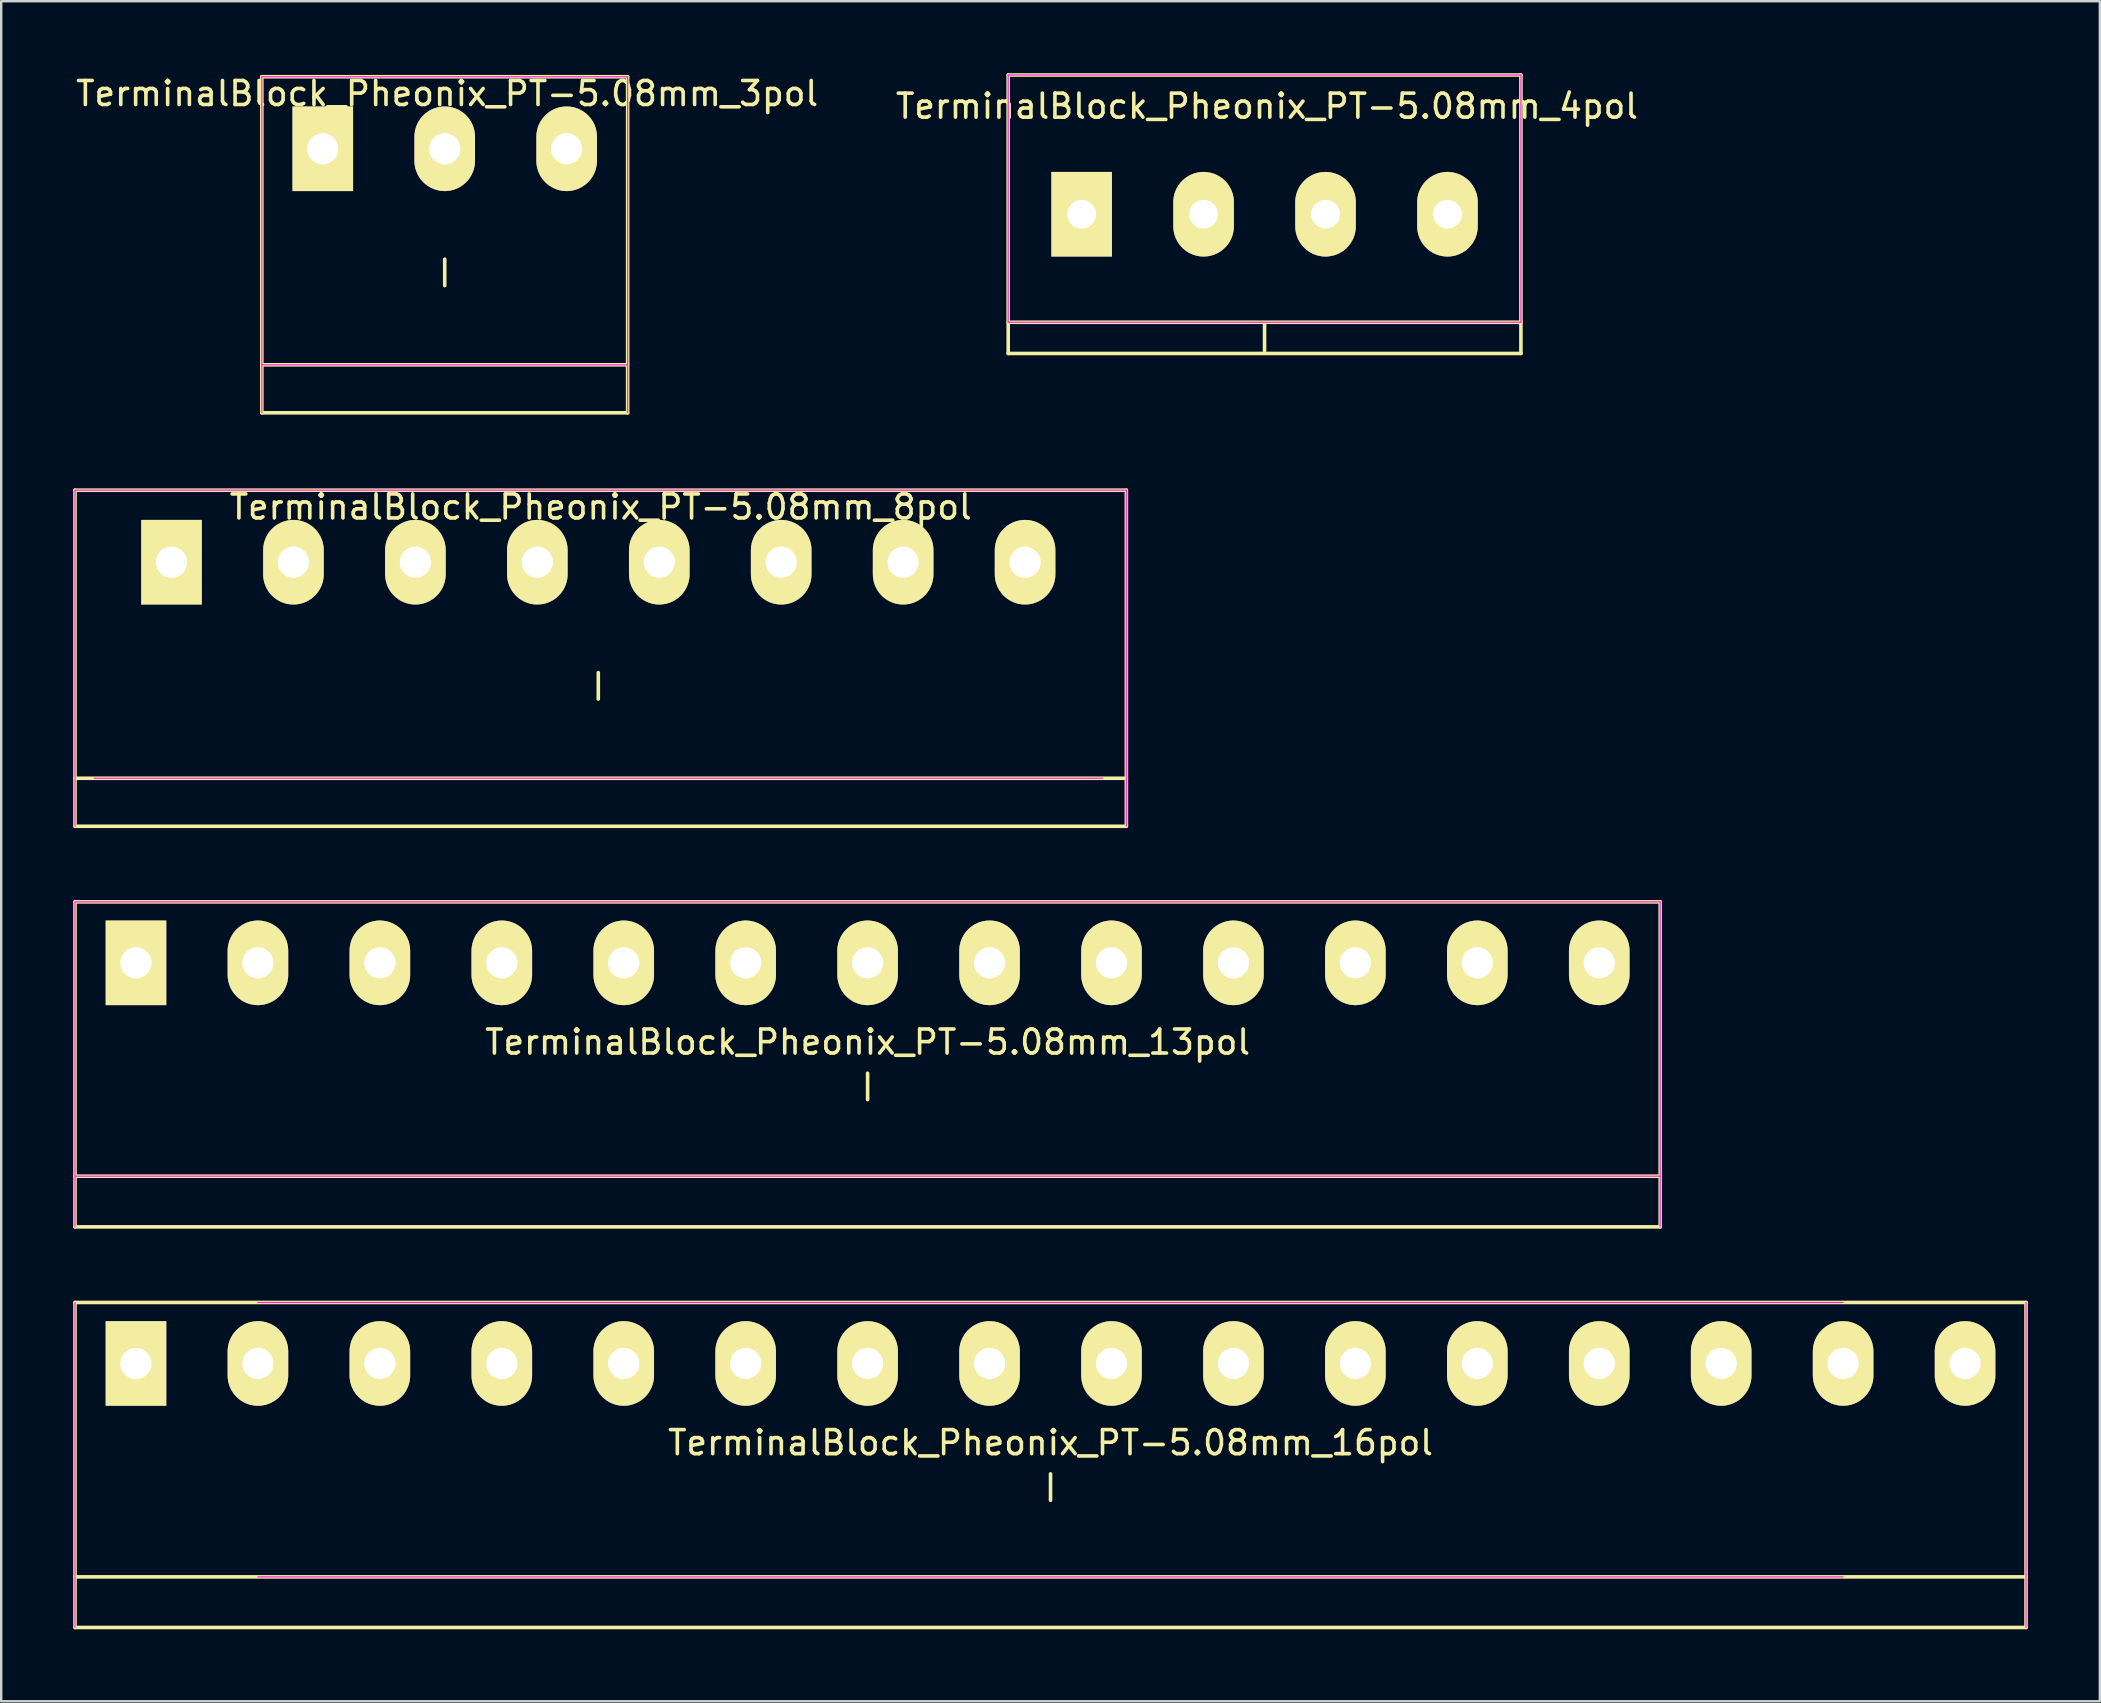
<source format=kicad_pcb>
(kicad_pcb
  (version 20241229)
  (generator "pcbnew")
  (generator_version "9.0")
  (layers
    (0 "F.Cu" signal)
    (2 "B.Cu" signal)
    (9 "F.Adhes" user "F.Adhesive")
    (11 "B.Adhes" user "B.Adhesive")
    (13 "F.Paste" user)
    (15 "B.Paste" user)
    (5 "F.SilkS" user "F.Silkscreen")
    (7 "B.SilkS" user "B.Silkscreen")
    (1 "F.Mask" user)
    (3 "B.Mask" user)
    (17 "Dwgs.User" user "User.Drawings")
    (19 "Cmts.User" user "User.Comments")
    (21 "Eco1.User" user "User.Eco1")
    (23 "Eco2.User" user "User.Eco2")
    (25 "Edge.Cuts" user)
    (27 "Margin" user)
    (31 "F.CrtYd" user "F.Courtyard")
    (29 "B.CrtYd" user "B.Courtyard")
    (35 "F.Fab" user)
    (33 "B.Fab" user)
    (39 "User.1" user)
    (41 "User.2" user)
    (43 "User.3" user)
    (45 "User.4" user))
  (footprint "TerminalBlock_Pheonix_PT-5.08mm_8pol"
    (layer "F.Cu")
    (at 21.875 20.372)
    (property "Reference" "TerminalBlock_Pheonix_PT-5.08mm_8pol" (at 0.1 -2.3 0) (layer "F.SilkS") (effects (font (size 1 1) (thickness 0.15))))
    (attr through_hole)
    (fp_line (start -21.8 -3) (end -21.8 11) (stroke (width 0.15) (type solid)) (layer "F.SilkS"))
    (fp_line (start -21.8 9) (end 22 9) (stroke (width 0.15) (type solid)) (layer "F.SilkS"))
    (fp_line (start -21.8 11) (end 22 11) (stroke (width 0.15) (type solid)) (layer "F.SilkS"))
    (fp_line (start 0 4.6) (end 0 5.7) (stroke (width 0.15) (type solid)) (layer "F.SilkS"))
    (fp_line (start 22 -3) (end -21.8 -3) (stroke (width 0.15) (type solid)) (layer "F.SilkS"))
    (fp_line (start 22 11) (end 22 -3) (stroke (width 0.15) (type solid)) (layer "F.SilkS"))
    (fp_line (start -21.8 -3) (end 22 -3) (stroke (width 0.05) (type solid)) (layer "F.CrtYd"))
    (fp_line (start -21.8 11) (end -21.8 -3) (stroke (width 0.05) (type solid)) (layer "F.CrtYd"))
    (fp_line (start 21 9) (end -21 9) (stroke (width 0.05) (type solid)) (layer "F.CrtYd"))
    (fp_line (start 22 -3) (end 22 11) (stroke (width 0.05) (type solid)) (layer "F.CrtYd"))
    (pad "1" thru_hole rect (at -17.78 0) (size 2.524 3.524) (drill 1.3) (layers "*.Cu" "*.Mask" "F.SilkS"))
    (pad "2" thru_hole oval (at -12.7 0) (size 2.524 3.524) (drill 1.3) (layers "*.Cu" "*.Mask" "F.SilkS"))
    (pad "3" thru_hole oval (at -7.62 0) (size 2.524 3.524) (drill 1.3) (layers "*.Cu" "*.Mask" "F.SilkS"))
    (pad "4" thru_hole oval (at -2.54 0) (size 2.524 3.524) (drill 1.3) (layers "*.Cu" "*.Mask" "F.SilkS"))
    (pad "5" thru_hole oval (at 2.54 0) (size 2.524 3.524) (drill 1.3) (layers "*.Cu" "*.Mask" "F.SilkS"))
    (pad "6" thru_hole oval (at 7.62 0) (size 2.524 3.524) (drill 1.3) (layers "*.Cu" "*.Mask" "F.SilkS"))
    (pad "7" thru_hole oval (at 12.7 0) (size 2.524 3.524) (drill 1.3) (layers "*.Cu" "*.Mask" "F.SilkS"))
    (pad "8" thru_hole oval (at 17.78 0) (size 2.524 3.524) (drill 1.3) (layers "*.Cu" "*.Mask" "F.SilkS")))
  (footprint "TerminalBlock_Pheonix_PT-5.08mm_3pol"
    (layer "F.Cu")
    (at 15.477 3.148)
    (property "Reference" "TerminalBlock_Pheonix_PT-5.08mm_3pol" (at 0.1 -2.3 0) (layer "F.SilkS") (effects (font (size 1 1) (thickness 0.15))))
    (attr through_hole)
    (fp_line (start -7.62 -3) (end -7.62 11) (stroke (width 0.15) (type solid)) (layer "F.SilkS"))
    (fp_line (start -7.62 9) (end 7.62 9) (stroke (width 0.15) (type solid)) (layer "F.SilkS"))
    (fp_line (start -7.62 11) (end 7.62 11) (stroke (width 0.15) (type solid)) (layer "F.SilkS"))
    (fp_line (start 0 4.6) (end 0 5.7) (stroke (width 0.15) (type solid)) (layer "F.SilkS"))
    (fp_line (start 7.62 -3) (end -7.62 -3) (stroke (width 0.15) (type solid)) (layer "F.SilkS"))
    (fp_line (start 7.62 11) (end 7.62 -3) (stroke (width 0.15) (type solid)) (layer "F.SilkS"))
    (fp_line (start -7.62 -3) (end 7.62 -3) (stroke (width 0.05) (type solid)) (layer "F.CrtYd"))
    (fp_line (start -7.62 11) (end -7.62 -3) (stroke (width 0.05) (type solid)) (layer "F.CrtYd"))
    (fp_line (start 7.62 -3) (end 7.62 11) (stroke (width 0.05) (type solid)) (layer "F.CrtYd"))
    (fp_line (start 7.62 9) (end -7.62 9) (stroke (width 0.05) (type solid)) (layer "F.CrtYd"))
    (pad "1" thru_hole rect (at -5.08 0) (size 2.524 3.524) (drill 1.3) (layers "*.Cu" "*.Mask" "F.SilkS"))
    (pad "2" thru_hole oval (at 0 0) (size 2.524 3.524) (drill 1.3) (layers "*.Cu" "*.Mask" "F.SilkS"))
    (pad "3" thru_hole oval (at 5.08 0) (size 2.524 3.524) (drill 1.3) (layers "*.Cu" "*.Mask" "F.SilkS")))
  (footprint "TerminalBlock_Pheonix_PT-5.08mm_13pol"
    (layer "F.Cu")
    (at 33.095 37.062)
    (property "Reference" "TerminalBlock_Pheonix_PT-5.08mm_13pol" (at 0 3.302 0) (layer "F.SilkS") (effects (font (size 1 1) (thickness 0.15))))
    (attr through_hole)
    (fp_line (start -33.02 -2.54) (end -33.02 11) (stroke (width 0.15) (type solid)) (layer "F.SilkS"))
    (fp_line (start -33.02 8.89) (end 33.02 8.89) (stroke (width 0.15) (type solid)) (layer "F.SilkS"))
    (fp_line (start -33.02 11) (end 33.02 11) (stroke (width 0.15) (type solid)) (layer "F.SilkS"))
    (fp_line (start 0 4.6) (end 0 5.7) (stroke (width 0.15) (type solid)) (layer "F.SilkS"))
    (fp_line (start 33.02 -2.54) (end -33.02 -2.54) (stroke (width 0.15) (type solid)) (layer "F.SilkS"))
    (fp_line (start 33.02 11) (end 33.02 -2.54) (stroke (width 0.15) (type solid)) (layer "F.SilkS"))
    (fp_line (start -33.02 -2.54) (end 33.02 -2.54) (stroke (width 0.05) (type solid)) (layer "F.CrtYd"))
    (fp_line (start -33.02 11) (end -33.02 -2.54) (stroke (width 0.05) (type solid)) (layer "F.CrtYd"))
    (fp_line (start 33.02 -2.54) (end 33.02 11) (stroke (width 0.05) (type solid)) (layer "F.CrtYd"))
    (fp_line (start 33.02 8.89) (end -33.02 8.89) (stroke (width 0.05) (type solid)) (layer "F.CrtYd"))
    (pad "1" thru_hole rect (at -30.48 0) (size 2.524 3.524) (drill 1.3) (layers "*.Cu" "*.Mask" "F.SilkS"))
    (pad "2" thru_hole oval (at -25.4 0) (size 2.524 3.524) (drill 1.3) (layers "*.Cu" "*.Mask" "F.SilkS"))
    (pad "3" thru_hole oval (at -20.32 0) (size 2.524 3.524) (drill 1.3) (layers "*.Cu" "*.Mask" "F.SilkS"))
    (pad "4" thru_hole oval (at -15.24 0) (size 2.524 3.524) (drill 1.3) (layers "*.Cu" "*.Mask" "F.SilkS"))
    (pad "5" thru_hole oval (at -10.16 0) (size 2.524 3.524) (drill 1.3) (layers "*.Cu" "*.Mask" "F.SilkS"))
    (pad "6" thru_hole oval (at -5.08 0) (size 2.524 3.524) (drill 1.3) (layers "*.Cu" "*.Mask" "F.SilkS"))
    (pad "7" thru_hole oval (at 0 0) (size 2.524 3.524) (drill 1.3) (layers "*.Cu" "*.Mask" "F.SilkS"))
    (pad "8" thru_hole oval (at 5.08 0) (size 2.524 3.524) (drill 1.3) (layers "*.Cu" "*.Mask" "F.SilkS"))
    (pad "9" thru_hole oval (at 10.16 0) (size 2.524 3.524) (drill 1.3) (layers "*.Cu" "*.Mask" "F.SilkS"))
    (pad "10" thru_hole oval (at 15.24 0) (size 2.524 3.524) (drill 1.3) (layers "*.Cu" "*.Mask" "F.SilkS"))
    (pad "11" thru_hole oval (at 20.32 0) (size 2.524 3.524) (drill 1.3) (layers "*.Cu" "*.Mask" "F.SilkS"))
    (pad "12" thru_hole oval (at 25.4 0) (size 2.524 3.524) (drill 1.3) (layers "*.Cu" "*.Mask" "F.SilkS"))
    (pad "13" thru_hole oval (at 30.48 0) (size 2.524 3.524) (drill 1.3) (layers "*.Cu" "*.Mask" "F.SilkS")))
  (footprint "TerminalBlock_Pheonix_PT-5.08mm_4pol"
    (layer "F.Cu")
    (at 49.632 5.875)
    (property "Reference" "TerminalBlock_Pheonix_PT-5.08mm_4pol" (at 0.1 -4.5 0) (layer "F.SilkS") (effects (font (size 1 1) (thickness 0.15))))
    (attr through_hole)
    (fp_line (start -10.68 -5.8) (end -10.68 5.8) (stroke (width 0.15) (type solid)) (layer "F.SilkS"))
    (fp_line (start -10.68 4.5) (end 10.68 4.5) (stroke (width 0.15) (type solid)) (layer "F.SilkS"))
    (fp_line (start -10.68 5.8) (end 10.68 5.8) (stroke (width 0.15) (type solid)) (layer "F.SilkS"))
    (fp_line (start 0 4.6) (end 0 5.7) (stroke (width 0.15) (type solid)) (layer "F.SilkS"))
    (fp_line (start 10.68 -5.8) (end -10.68 -5.8) (stroke (width 0.15) (type solid)) (layer "F.SilkS"))
    (fp_line (start 10.68 5.8) (end 10.68 -5.8) (stroke (width 0.15) (type solid)) (layer "F.SilkS"))
    (fp_line (start -10.68 -5.8) (end 10.68 -5.8) (stroke (width 0.05) (type solid)) (layer "F.CrtYd"))
    (fp_line (start -10.68 4.5) (end -10.68 -5.8) (stroke (width 0.05) (type solid)) (layer "F.CrtYd"))
    (fp_line (start 10.68 -5.8) (end 10.68 4.5) (stroke (width 0.05) (type solid)) (layer "F.CrtYd"))
    (fp_line (start 10.68 4.5) (end -10.68 4.5) (stroke (width 0.05) (type solid)) (layer "F.CrtYd"))
    (pad "1" thru_hole rect (at -7.62 0) (size 2.524 3.524) (drill 1.2) (layers "*.Cu" "*.Mask" "F.SilkS"))
    (pad "2" thru_hole oval (at -2.54 0) (size 2.524 3.524) (drill 1.2) (layers "*.Cu" "*.Mask" "F.SilkS"))
    (pad "3" thru_hole oval (at 2.54 0) (size 2.524 3.524) (drill 1.2) (layers "*.Cu" "*.Mask" "F.SilkS"))
    (pad "4" thru_hole oval (at 7.62 0) (size 2.524 3.524) (drill 1.2) (layers "*.Cu" "*.Mask" "F.SilkS")))
  (footprint "TerminalBlock_Pheonix_PT-5.08mm_16pol"
    (layer "F.Cu")
    (at 40.715 53.752)
    (property "Reference" "TerminalBlock_Pheonix_PT-5.08mm_16pol" (at 0 3.302 0) (layer "F.SilkS") (effects (font (size 1 1) (thickness 0.15))))
    (attr through_hole)
    (fp_line (start -40.64 -2.54) (end -40.64 11) (stroke (width 0.15) (type solid)) (layer "F.SilkS"))
    (fp_line (start -40.64 8.89) (end 40.64 8.89) (stroke (width 0.15) (type solid)) (layer "F.SilkS"))
    (fp_line (start -40.64 11) (end 40.64 11) (stroke (width 0.15) (type solid)) (layer "F.SilkS"))
    (fp_line (start 0 4.6) (end 0 5.7) (stroke (width 0.15) (type solid)) (layer "F.SilkS"))
    (fp_line (start 40.64 -2.54) (end -40.64 -2.54) (stroke (width 0.15) (type solid)) (layer "F.SilkS"))
    (fp_line (start 40.64 11) (end 40.64 -2.54) (stroke (width 0.15) (type solid)) (layer "F.SilkS"))
    (fp_line (start -40.64 11) (end -40.64 -2.54) (stroke (width 0.05) (type solid)) (layer "F.CrtYd"))
    (fp_line (start -33.02 -2.54) (end 33.02 -2.54) (stroke (width 0.05) (type solid)) (layer "F.CrtYd"))
    (fp_line (start 33.02 8.89) (end -33.02 8.89) (stroke (width 0.05) (type solid)) (layer "F.CrtYd"))
    (fp_line (start 40.64 -2.54) (end 40.64 11) (stroke (width 0.05) (type solid)) (layer "F.CrtYd"))
    (pad "1" thru_hole rect (at -38.1 0) (size 2.524 3.524) (drill 1.3) (layers "*.Cu" "*.Mask" "F.SilkS"))
    (pad "2" thru_hole oval (at -33.02 0) (size 2.524 3.524) (drill 1.3) (layers "*.Cu" "*.Mask" "F.SilkS"))
    (pad "3" thru_hole oval (at -27.94 0) (size 2.524 3.524) (drill 1.3) (layers "*.Cu" "*.Mask" "F.SilkS"))
    (pad "4" thru_hole oval (at -22.86 0) (size 2.524 3.524) (drill 1.3) (layers "*.Cu" "*.Mask" "F.SilkS"))
    (pad "5" thru_hole oval (at -17.78 0) (size 2.524 3.524) (drill 1.3) (layers "*.Cu" "*.Mask" "F.SilkS"))
    (pad "6" thru_hole oval (at -12.7 0) (size 2.524 3.524) (drill 1.3) (layers "*.Cu" "*.Mask" "F.SilkS"))
    (pad "7" thru_hole oval (at -7.62 0) (size 2.524 3.524) (drill 1.3) (layers "*.Cu" "*.Mask" "F.SilkS"))
    (pad "8" thru_hole oval (at -2.54 0) (size 2.524 3.524) (drill 1.3) (layers "*.Cu" "*.Mask" "F.SilkS"))
    (pad "9" thru_hole oval (at 2.54 0) (size 2.524 3.524) (drill 1.3) (layers "*.Cu" "*.Mask" "F.SilkS"))
    (pad "10" thru_hole oval (at 7.62 0) (size 2.524 3.524) (drill 1.3) (layers "*.Cu" "*.Mask" "F.SilkS"))
    (pad "11" thru_hole oval (at 12.7 0) (size 2.524 3.524) (drill 1.3) (layers "*.Cu" "*.Mask" "F.SilkS"))
    (pad "12" thru_hole oval (at 17.78 0) (size 2.524 3.524) (drill 1.3) (layers "*.Cu" "*.Mask" "F.SilkS"))
    (pad "13" thru_hole oval (at 22.86 0) (size 2.524 3.524) (drill 1.3) (layers "*.Cu" "*.Mask" "F.SilkS"))
    (pad "14" thru_hole oval (at 27.94 0) (size 2.524 3.524) (drill 1.3) (layers "*.Cu" "*.Mask" "F.SilkS"))
    (pad "15" thru_hole oval (at 33.02 0) (size 2.524 3.524) (drill 1.3) (layers "*.Cu" "*.Mask" "F.SilkS"))
    (pad "16" thru_hole oval (at 38.1 0) (size 2.524 3.524) (drill 1.3) (layers "*.Cu" "*.Mask" "F.SilkS")))
  (gr_rect
    (start -3 -3)
    (end 84.43 67.826)
    (stroke (width 0.1) (type default))
    (fill no)
    (layer "Edge.Cuts")))
</source>
